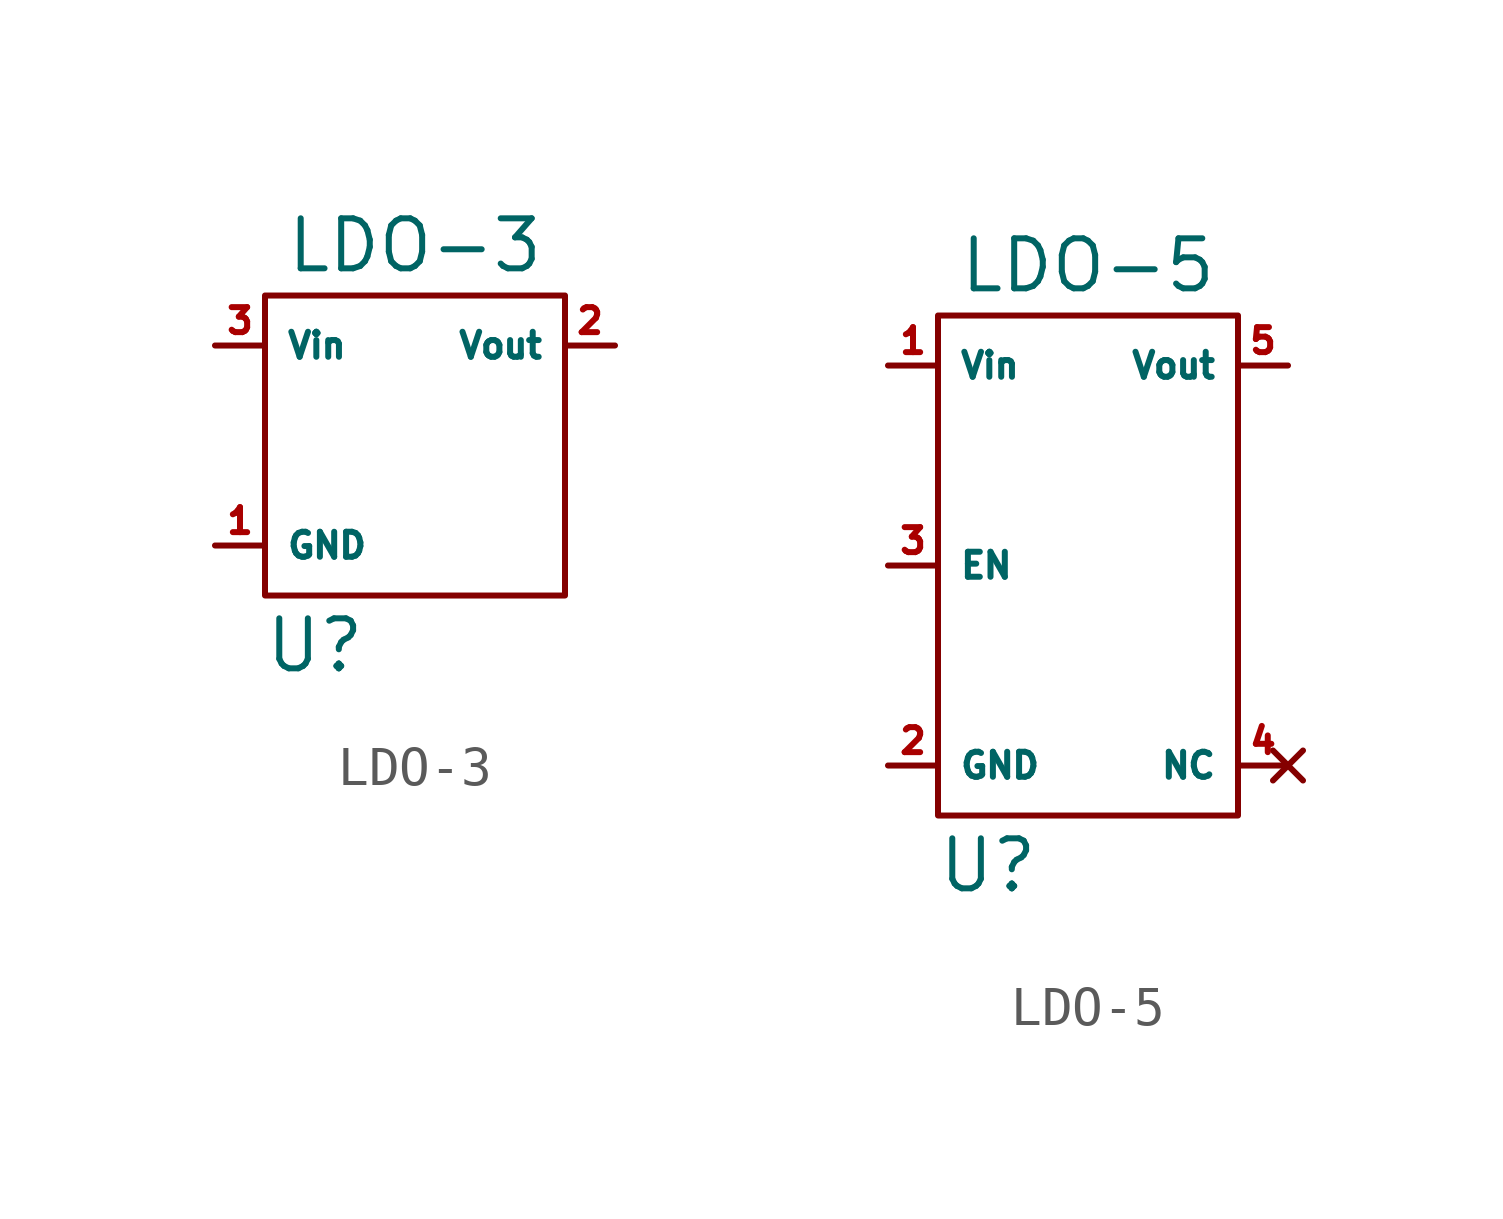
<source format=kicad_sym>
(kicad_symbol_lib
  (version 20211014)
  (generator kicad_symbol_editor)
  (symbol "LDO-3"
    (property "Reference" "U"
      (at -2.54 -5.08 0)
      (effects (font (size 1.27 1.27))))
    (property "Value" "LDO-3"
      (at 0 5.08 0)
      (effects (font (size 1.27 1.27))))
    (symbol "LDO-3_0_1"
      (rectangle (start -3.81 3.81) (end 3.81 -3.81) (stroke (width 0) (type default) (color 0 0 0 0)) (fill (type none))))
    (symbol "LDO-3_1_1"
      (pin power_in line (at -5.08 -2.54 0) (length 1.27) (name "GND" (effects (font (size 0.635 0.635)))) (number "1" (effects (font (size 0.635 0.635)))))
      (pin power_out line (at 5.08 2.54 180) (length 1.27) (name "Vout" (effects (font (size 0.635 0.635)))) (number "2" (effects (font (size 0.635 0.635)))))
      (pin power_in line (at -5.08 2.54 0) (length 1.27) (name "Vin" (effects (font (size 0.635 0.635)))) (number "3" (effects (font (size 0.635 0.635)))))))
  (symbol "LDO-5"
    (property "Reference" "U"
      (at -2.54 -7.62 0)
      (effects (font (size 1.27 1.27))))
    (property "Value" "LDO-5"
      (at 0 7.62 0)
      (effects (font (size 1.27 1.27))))
    (symbol "LDO-5_0_1"
      (rectangle (start -3.81 6.35) (end 3.81 -6.35) (stroke (width 0) (type default) (color 0 0 0 0)) (fill (type none))))
    (symbol "LDO-5_1_1"
      (pin power_in line (at -5.08 5.08 0) (length 1.27) (name "Vin" (effects (font (size 0.635 0.635)))) (number "1" (effects (font (size 0.635 0.635)))))
      (pin power_in line (at -5.08 -5.08 0) (length 1.27) (name "GND" (effects (font (size 0.635 0.635)))) (number "2" (effects (font (size 0.635 0.635)))))
      (pin input line (at -5.08 0 0) (length 1.27) (name "EN" (effects (font (size 0.635 0.635)))) (number "3" (effects (font (size 0.635 0.635)))))
      (pin no_connect line (at 5.08 -5.08 180) (length 1.27) (name "NC" (effects (font (size 0.635 0.635)))) (number "4" (effects (font (size 0.635 0.635)))))
      (pin power_out line (at 5.08 5.08 180) (length 1.27) (name "Vout" (effects (font (size 0.635 0.635)))) (number "5" (effects (font (size 0.635 0.635))))))))
</source>
